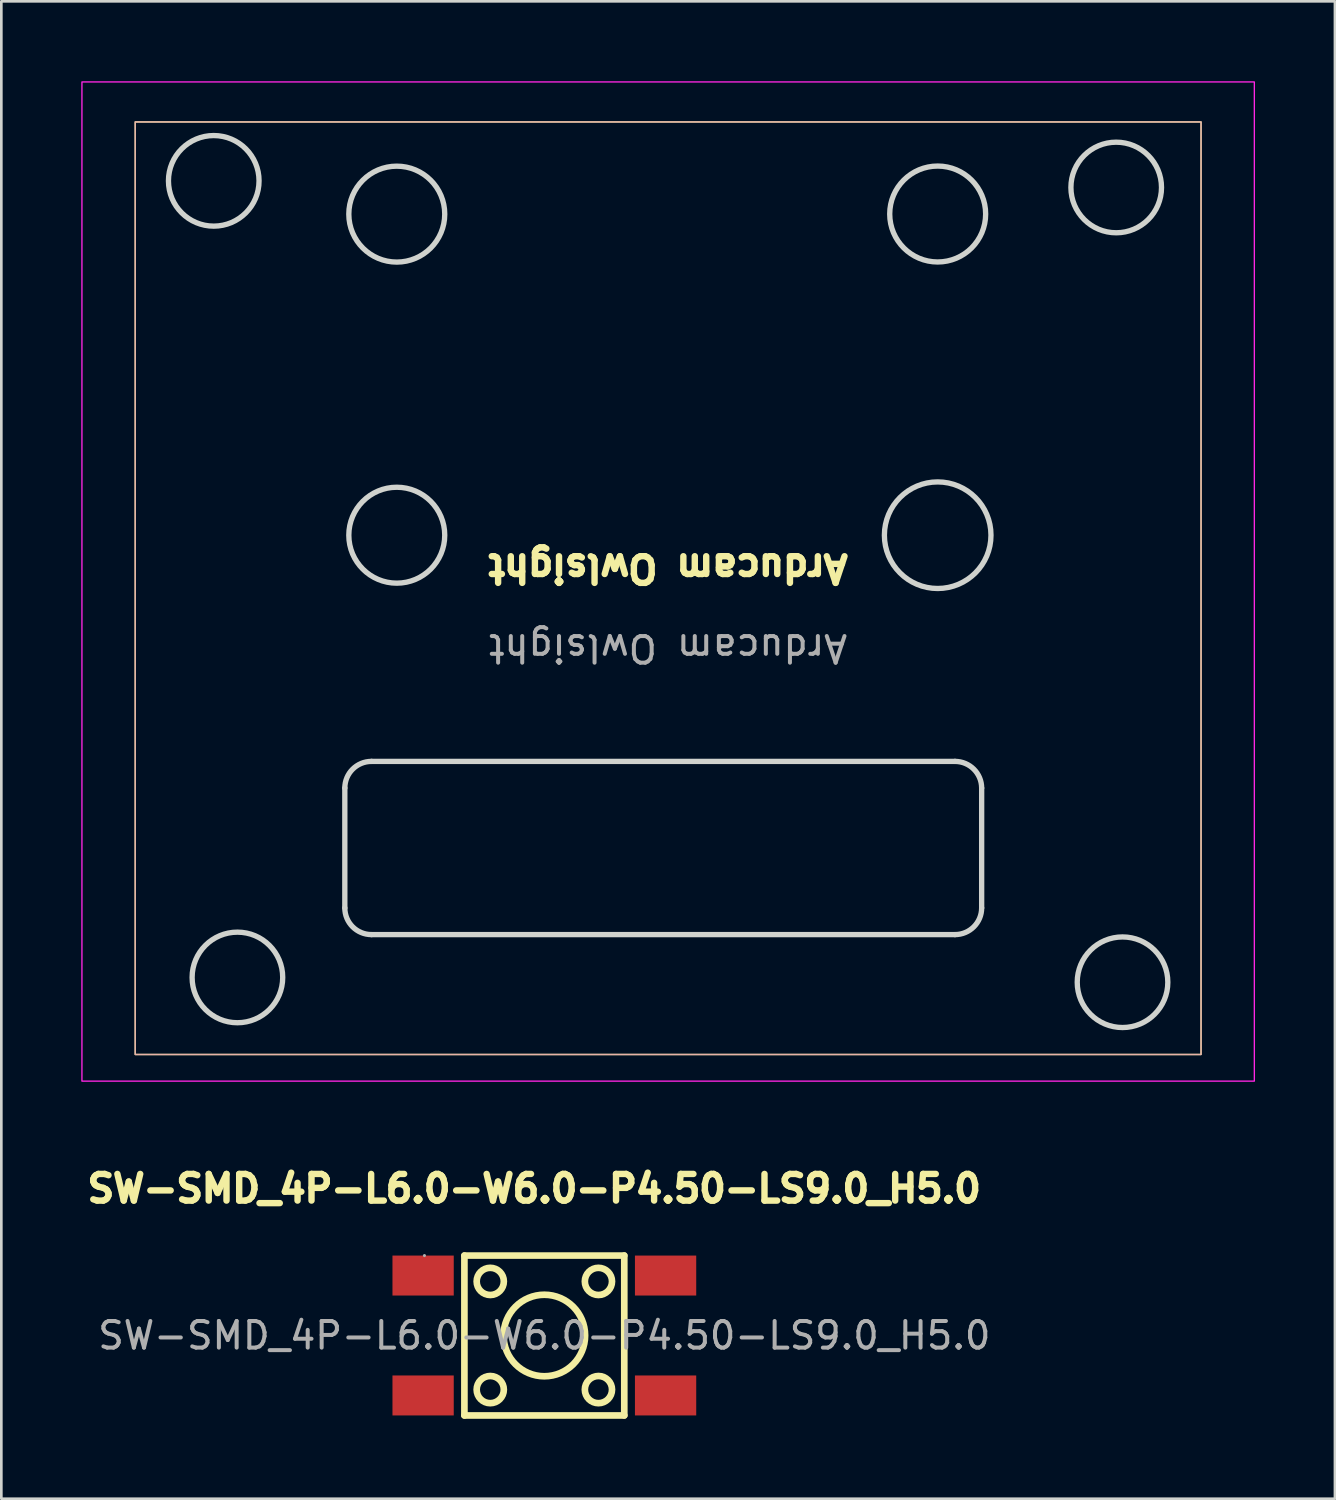
<source format=kicad_pcb>
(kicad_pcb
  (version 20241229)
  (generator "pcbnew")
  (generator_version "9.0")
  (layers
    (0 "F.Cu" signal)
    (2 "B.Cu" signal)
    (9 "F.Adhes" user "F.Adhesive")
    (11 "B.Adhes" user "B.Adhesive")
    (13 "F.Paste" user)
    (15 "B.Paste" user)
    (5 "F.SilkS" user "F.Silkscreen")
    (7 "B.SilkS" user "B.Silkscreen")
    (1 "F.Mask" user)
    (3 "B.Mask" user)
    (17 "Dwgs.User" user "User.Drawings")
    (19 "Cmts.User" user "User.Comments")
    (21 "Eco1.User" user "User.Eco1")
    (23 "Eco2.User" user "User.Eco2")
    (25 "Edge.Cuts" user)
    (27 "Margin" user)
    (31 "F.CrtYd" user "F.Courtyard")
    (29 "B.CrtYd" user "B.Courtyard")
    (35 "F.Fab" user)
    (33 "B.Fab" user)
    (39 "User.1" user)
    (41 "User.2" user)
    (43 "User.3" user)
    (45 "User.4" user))
  (footprint "Arducam Owlsight"
    (layer "F.Cu")
    (at 22.025 18.775)
    (property "Reference" "Arducam Owlsight" (at 0 -0.5 180) (unlocked yes) (layer "F.SilkS") (effects (font (size 1 1) (thickness 0.24))))
    (attr smd exclude_from_pos_files exclude_from_bom)
    (fp_rect (start -20 -17.25) (end 20 17.75) (stroke (width 0.05) (type solid)) (fill no) (layer "F.SilkS"))
    (fp_rect (start -20 -17.25) (end 20 17.75) (stroke (width 0.05) (type solid)) (fill no) (layer "B.SilkS"))
    (fp_line (start -12.134 12.25) (end -12.134 7.75) (stroke (width 0.2) (type default)) (layer "Edge.Cuts"))
    (fp_line (start -11.134 6.75) (end 10.766 6.75) (stroke (width 0.2) (type default)) (layer "Edge.Cuts"))
    (fp_line (start 10.766 13.25) (end -11.134 13.25) (stroke (width 0.2) (type default)) (layer "Edge.Cuts"))
    (fp_line (start 11.766 7.75) (end 11.766 12.25) (stroke (width 0.2) (type default)) (layer "Edge.Cuts"))
    (fp_arc (start -12.133851 7.75) (mid -11.840958 7.042893) (end -11.133851 6.75) (stroke (width 0.2) (type default)) (layer "Edge.Cuts"))
    (fp_arc (start -11.133851 13.25) (mid -11.840958 12.957107) (end -12.133851 12.25) (stroke (width 0.2) (type default)) (layer "Edge.Cuts"))
    (fp_arc (start 10.766149 6.75) (mid 11.473257 7.042893) (end 11.766149 7.75) (stroke (width 0.2) (type default)) (layer "Edge.Cuts"))
    (fp_arc (start 11.766149 12.25) (mid 11.473256 12.957107) (end 10.766149 13.25) (stroke (width 0.2) (type default)) (layer "Edge.Cuts"))
    (fp_circle (center -17.053 -15.038) (end -15.353 -15.038) (stroke (width 0.2) (type default)) (fill no) (layer "Edge.Cuts"))
    (fp_circle (center -16.165 14.858) (end -14.465 14.858) (stroke (width 0.2) (type default)) (fill no) (layer "Edge.Cuts"))
    (fp_circle (center -10.184 -13.789) (end -8.384 -13.789) (stroke (width 0.2) (type solid)) (fill no) (layer "Edge.Cuts"))
    (fp_circle (center -10.184 -1.739) (end -8.384 -1.739) (stroke (width 0.2) (type solid)) (fill no) (layer "Edge.Cuts"))
    (fp_circle (center 10.116 -13.793) (end 11.916 -13.793) (stroke (width 0.2) (type solid)) (fill no) (layer "Edge.Cuts"))
    (fp_circle (center 10.116 -1.739) (end 12.116 -1.739) (stroke (width 0.2) (type solid)) (fill no) (layer "Edge.Cuts"))
    (fp_circle (center 16.816 -14.789) (end 18.516 -14.789) (stroke (width 0.2) (type default)) (fill no) (layer "Edge.Cuts"))
    (fp_circle (center 17.053 15.038) (end 18.753 15.038) (stroke (width 0.2) (type default)) (fill no) (layer "Edge.Cuts"))
    (fp_rect (start -22 -18.75) (end 22 18.75) (stroke (width 0.05) (type solid)) (fill no) (layer "F.CrtYd"))
    (fp_text user "${REFERENCE}" (at 0 2.5 180) (unlocked yes) (layer "F.Fab") (effects (font (size 1 1) (thickness 0.15)))))
  (footprint "SW-SMD_4P-L6.0-W6.0-P4.50-LS9.0_H5.0"
    (layer "F.Cu")
    (at 17.379 47.071)
    (property "Reference" "SW-SMD_4P-L6.0-W6.0-P4.50-LS9.0_H5.0" (at -0.381 -5.514 0) (layer "F.SilkS") (effects (font (size 1 1) (thickness 0.24) (bold yes))))
    (attr through_hole)
    (fp_line (start -3 -3) (end 3 -3) (stroke (width 0.25) (type solid)) (layer "F.SilkS"))
    (fp_line (start -3 3) (end -3 -3) (stroke (width 0.25) (type solid)) (layer "F.SilkS"))
    (fp_line (start 3 -3) (end 3 3) (stroke (width 0.25) (type solid)) (layer "F.SilkS"))
    (fp_line (start 3 3) (end -3 3) (stroke (width 0.25) (type solid)) (layer "F.SilkS"))
    (fp_circle (center -2.03 -2.03) (end -1.52 -2.03) (stroke (width 0.25) (type solid)) (fill no) (layer "F.SilkS"))
    (fp_circle (center -2.03 2.03) (end -1.52 2.03) (stroke (width 0.25) (type solid)) (fill no) (layer "F.SilkS"))
    (fp_circle (center 0 0) (end 1.53 0) (stroke (width 0.25) (type solid)) (fill no) (layer "F.SilkS"))
    (fp_circle (center 2.03 -2.03) (end 2.54 -2.03) (stroke (width 0.25) (type solid)) (fill no) (layer "F.SilkS"))
    (fp_circle (center 2.03 2.03) (end 2.54 2.03) (stroke (width 0.25) (type solid)) (fill no) (layer "F.SilkS"))
    (fp_circle (center -4.5 -3) (end -4.47 -3) (stroke (width 0.06) (type solid)) (fill no) (layer "F.Fab"))
    (fp_text user "${REFERENCE}" (at 0 0 0) (layer "F.Fab") (effects (font (size 1 1) (thickness 0.15))))
    (pad "1" smd rect (at -4.55 -2.25) (size 2.3 1.5) (layers "F.Cu" "F.Mask" "F.Paste"))
    (pad "2" smd rect (at 4.55 -2.25) (size 2.3 1.5) (layers "F.Cu" "F.Mask" "F.Paste"))
    (pad "3" smd rect (at -4.55 2.25) (size 2.3 1.5) (layers "F.Cu" "F.Mask" "F.Paste"))
    (pad "4" smd rect (at 4.55 2.25) (size 2.3 1.5) (layers "F.Cu" "F.Mask" "F.Paste")))
  (gr_rect
    (start -3 -3)
    (end 47.05 53.196)
    (stroke (width 0.1) (type default))
    (fill no)
    (layer "Edge.Cuts")))
</source>
